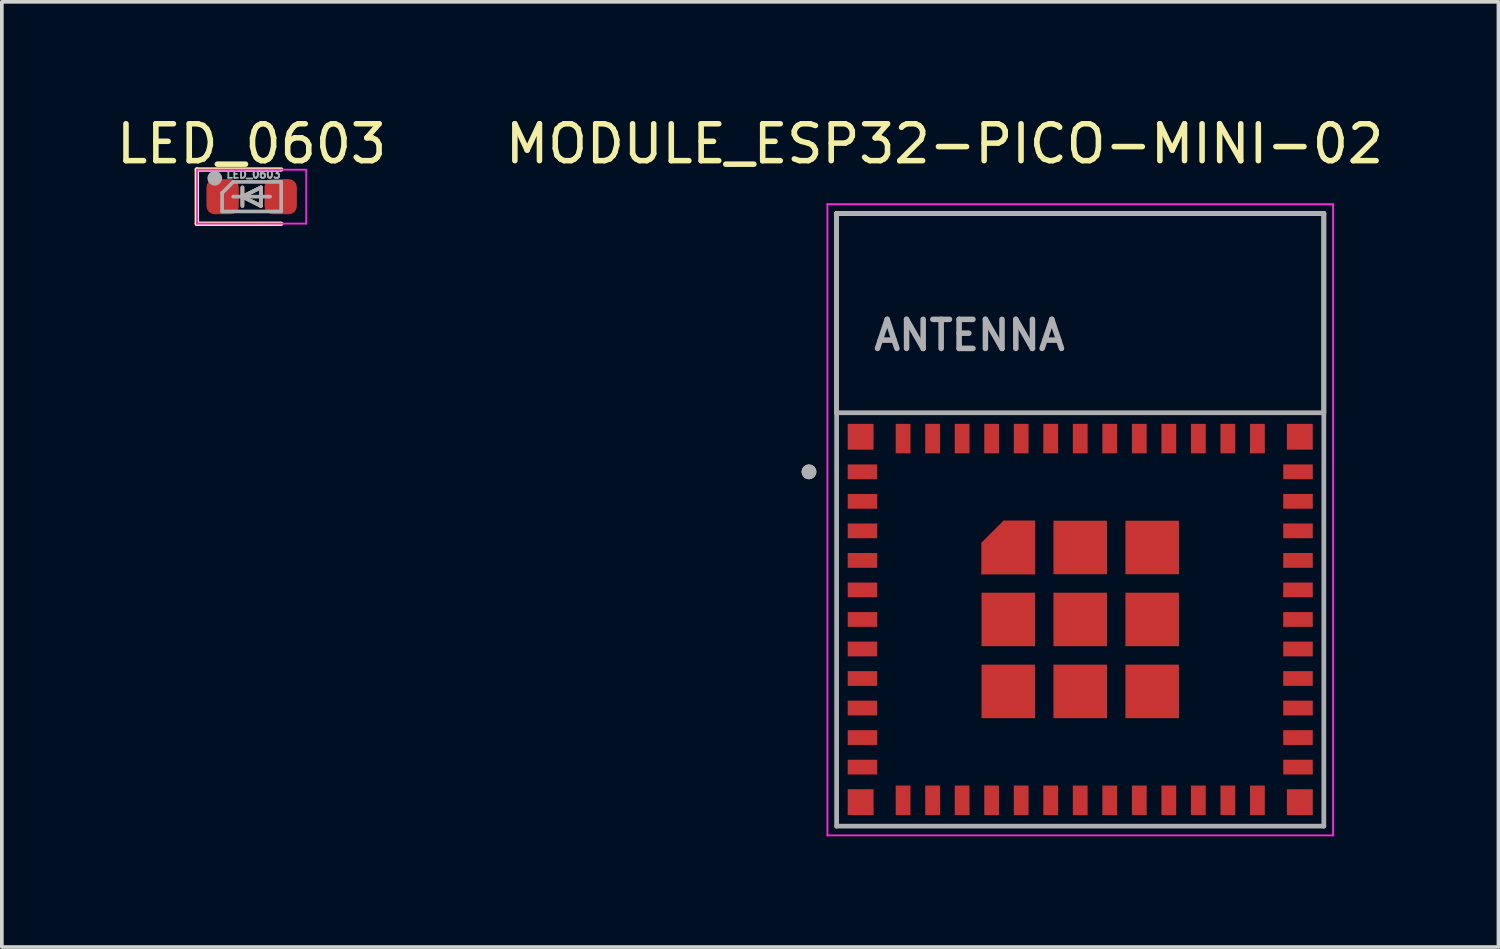
<source format=kicad_pcb>
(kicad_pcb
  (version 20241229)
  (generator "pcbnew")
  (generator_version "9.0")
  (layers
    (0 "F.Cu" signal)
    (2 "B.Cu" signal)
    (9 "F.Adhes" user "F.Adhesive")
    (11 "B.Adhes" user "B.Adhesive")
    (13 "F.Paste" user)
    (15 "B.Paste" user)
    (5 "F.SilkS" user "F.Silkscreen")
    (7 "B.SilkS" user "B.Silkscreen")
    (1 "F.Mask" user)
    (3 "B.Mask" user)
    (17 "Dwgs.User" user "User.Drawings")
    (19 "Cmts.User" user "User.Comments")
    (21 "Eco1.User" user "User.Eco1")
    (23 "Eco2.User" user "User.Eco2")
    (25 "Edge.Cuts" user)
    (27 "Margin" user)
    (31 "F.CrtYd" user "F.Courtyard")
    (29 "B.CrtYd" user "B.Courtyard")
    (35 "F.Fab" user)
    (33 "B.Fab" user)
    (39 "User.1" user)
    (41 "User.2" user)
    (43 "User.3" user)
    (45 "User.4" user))
  (footprint "MODULE_ESP32-PICO-MINI-02"
    (layer "F.Cu")
    (at 26.217 13.733)
    (property "Reference" "MODULE_ESP32-PICO-MINI-02" (at -3.675 -12.885 0) (layer "F.SilkS") (effects (font (size 1 1) (thickness 0.15))))
    (attr through_hole)
    (fp_poly (pts (xy -1.125 -1.125) (xy -1.125 -2.775) (xy -2.175 -2.775) (xy -2.775 -2.175) (xy -2.775 -1.125)) (stroke (width 0.01) (type solid)) (fill yes) (layer "F.Mask"))
    (fp_line (start -6.6 -11) (end 6.6 -11) (stroke (width 0.127) (type solid)) (layer "F.SilkS"))
    (fp_line (start -6.6 -5.6) (end -6.6 -11) (stroke (width 0.127) (type solid)) (layer "F.SilkS"))
    (fp_line (start 6.6 -11) (end 6.6 -5.6) (stroke (width 0.127) (type solid)) (layer "F.SilkS"))
    (fp_circle (center -7.35 -4) (end -7.25 -4) (stroke (width 0.2) (type solid)) (fill no) (layer "F.SilkS"))
    (fp_poly (pts (xy -1.225 -1.225) (xy -1.225 -2.675) (xy -2.075 -2.675) (xy -2.675 -2.075) (xy -2.675 -1.225)) (stroke (width 0.01) (type solid)) (fill yes) (layer "F.Paste"))
    (fp_line (start -6.85 -11.25) (end -6.85 5.85) (stroke (width 0.05) (type solid)) (layer "F.CrtYd"))
    (fp_line (start -6.85 5.85) (end 6.85 5.85) (stroke (width 0.05) (type solid)) (layer "F.CrtYd"))
    (fp_line (start 6.85 -11.25) (end -6.85 -11.25) (stroke (width 0.05) (type solid)) (layer "F.CrtYd"))
    (fp_line (start 6.85 5.85) (end 6.85 -11.25) (stroke (width 0.05) (type solid)) (layer "F.CrtYd"))
    (fp_line (start -6.6 -11) (end 6.6 -11) (stroke (width 0.127) (type solid)) (layer "F.Fab"))
    (fp_line (start -6.6 -5.6) (end -6.6 -11) (stroke (width 0.127) (type solid)) (layer "F.Fab"))
    (fp_line (start -6.6 -5.6) (end 6.6 -5.6) (stroke (width 0.127) (type solid)) (layer "F.Fab"))
    (fp_line (start -6.6 5.6) (end -6.6 -5.6) (stroke (width 0.127) (type solid)) (layer "F.Fab"))
    (fp_line (start 6.6 -11) (end 6.6 -5.6) (stroke (width 0.127) (type solid)) (layer "F.Fab"))
    (fp_line (start 6.6 -5.6) (end 6.6 5.6) (stroke (width 0.127) (type solid)) (layer "F.Fab"))
    (fp_line (start 6.6 5.6) (end -6.6 5.6) (stroke (width 0.127) (type solid)) (layer "F.Fab"))
    (fp_circle (center -7.35 -4) (end -7.25 -4) (stroke (width 0.2) (type solid)) (fill no) (layer "F.Fab"))
    (fp_text user "ANTENNA" (at -3 -7.7 0) (layer "F.Fab") (effects (font (size 0.787 0.787) (thickness 0.15))))
    (pad "1" smd rect (at -5.9 -4) (size 0.8 0.4) (layers "F.Cu" "F.Mask" "F.Paste"))
    (pad "2" smd rect (at -5.9 -3.2) (size 0.8 0.4) (layers "F.Cu" "F.Mask" "F.Paste"))
    (pad "3" smd rect (at -5.9 -2.4) (size 0.8 0.4) (layers "F.Cu" "F.Mask" "F.Paste"))
    (pad "4" smd rect (at -5.9 -1.6) (size 0.8 0.4) (layers "F.Cu" "F.Mask" "F.Paste"))
    (pad "5" smd rect (at -5.9 -0.8) (size 0.8 0.4) (layers "F.Cu" "F.Mask" "F.Paste"))
    (pad "6" smd rect (at -5.9 0) (size 0.8 0.4) (layers "F.Cu" "F.Mask" "F.Paste"))
    (pad "7" smd rect (at -5.9 0.8) (size 0.8 0.4) (layers "F.Cu" "F.Mask" "F.Paste"))
    (pad "8" smd rect (at -5.9 1.6) (size 0.8 0.4) (layers "F.Cu" "F.Mask" "F.Paste"))
    (pad "9" smd rect (at -5.9 2.4) (size 0.8 0.4) (layers "F.Cu" "F.Mask" "F.Paste"))
    (pad "10" smd rect (at -5.9 3.2) (size 0.8 0.4) (layers "F.Cu" "F.Mask" "F.Paste"))
    (pad "11" smd rect (at -5.9 4) (size 0.8 0.4) (layers "F.Cu" "F.Mask" "F.Paste"))
    (pad "12" smd rect (at -4.8 4.9) (size 0.4 0.8) (layers "F.Cu" "F.Mask" "F.Paste"))
    (pad "13" smd rect (at -4 4.9) (size 0.4 0.8) (layers "F.Cu" "F.Mask" "F.Paste"))
    (pad "14" smd rect (at -3.2 4.9) (size 0.4 0.8) (layers "F.Cu" "F.Mask" "F.Paste"))
    (pad "15" smd rect (at -2.4 4.9) (size 0.4 0.8) (layers "F.Cu" "F.Mask" "F.Paste"))
    (pad "16" smd rect (at -1.6 4.9) (size 0.4 0.8) (layers "F.Cu" "F.Mask" "F.Paste"))
    (pad "17" smd rect (at -0.8 4.9) (size 0.4 0.8) (layers "F.Cu" "F.Mask" "F.Paste"))
    (pad "18" smd rect (at 0 4.9) (size 0.4 0.8) (layers "F.Cu" "F.Mask" "F.Paste"))
    (pad "19" smd rect (at 0.8 4.9) (size 0.4 0.8) (layers "F.Cu" "F.Mask" "F.Paste"))
    (pad "20" smd rect (at 1.6 4.9) (size 0.4 0.8) (layers "F.Cu" "F.Mask" "F.Paste"))
    (pad "21" smd rect (at 2.4 4.9) (size 0.4 0.8) (layers "F.Cu" "F.Mask" "F.Paste"))
    (pad "22" smd rect (at 3.2 4.9) (size 0.4 0.8) (layers "F.Cu" "F.Mask" "F.Paste"))
    (pad "23" smd rect (at 4 4.9) (size 0.4 0.8) (layers "F.Cu" "F.Mask" "F.Paste"))
    (pad "24" smd rect (at 4.8 4.9) (size 0.4 0.8) (layers "F.Cu" "F.Mask" "F.Paste"))
    (pad "25" smd rect (at 5.9 4) (size 0.8 0.4) (layers "F.Cu" "F.Mask" "F.Paste"))
    (pad "26" smd rect (at 5.9 3.2) (size 0.8 0.4) (layers "F.Cu" "F.Mask" "F.Paste"))
    (pad "27" smd rect (at 5.9 2.4) (size 0.8 0.4) (layers "F.Cu" "F.Mask" "F.Paste"))
    (pad "28" smd rect (at 5.9 1.6) (size 0.8 0.4) (layers "F.Cu" "F.Mask" "F.Paste"))
    (pad "29" smd rect (at 5.9 0.8) (size 0.8 0.4) (layers "F.Cu" "F.Mask" "F.Paste"))
    (pad "30" smd rect (at 5.9 0) (size 0.8 0.4) (layers "F.Cu" "F.Mask" "F.Paste"))
    (pad "31" smd rect (at 5.9 -0.8) (size 0.8 0.4) (layers "F.Cu" "F.Mask" "F.Paste"))
    (pad "32" smd rect (at 5.9 -1.6) (size 0.8 0.4) (layers "F.Cu" "F.Mask" "F.Paste"))
    (pad "33" smd rect (at 5.9 -2.4) (size 0.8 0.4) (layers "F.Cu" "F.Mask" "F.Paste"))
    (pad "34" smd rect (at 5.9 -3.2) (size 0.8 0.4) (layers "F.Cu" "F.Mask" "F.Paste"))
    (pad "35" smd rect (at 5.9 -4) (size 0.8 0.4) (layers "F.Cu" "F.Mask" "F.Paste"))
    (pad "36" smd rect (at 4.8 -4.9) (size 0.4 0.8) (layers "F.Cu" "F.Mask" "F.Paste"))
    (pad "37" smd rect (at 4 -4.9) (size 0.4 0.8) (layers "F.Cu" "F.Mask" "F.Paste"))
    (pad "38" smd rect (at 3.2 -4.9) (size 0.4 0.8) (layers "F.Cu" "F.Mask" "F.Paste"))
    (pad "39" smd rect (at 2.4 -4.9) (size 0.4 0.8) (layers "F.Cu" "F.Mask" "F.Paste"))
    (pad "40" smd rect (at 1.6 -4.9) (size 0.4 0.8) (layers "F.Cu" "F.Mask" "F.Paste"))
    (pad "41" smd rect (at 0.8 -4.9) (size 0.4 0.8) (layers "F.Cu" "F.Mask" "F.Paste"))
    (pad "42" smd rect (at 0 -4.9) (size 0.4 0.8) (layers "F.Cu" "F.Mask" "F.Paste"))
    (pad "43" smd rect (at -0.8 -4.9) (size 0.4 0.8) (layers "F.Cu" "F.Mask" "F.Paste"))
    (pad "44" smd rect (at -1.6 -4.9) (size 0.4 0.8) (layers "F.Cu" "F.Mask" "F.Paste"))
    (pad "45" smd rect (at -2.4 -4.9) (size 0.4 0.8) (layers "F.Cu" "F.Mask" "F.Paste"))
    (pad "46" smd rect (at -3.2 -4.9) (size 0.4 0.8) (layers "F.Cu" "F.Mask" "F.Paste"))
    (pad "47" smd rect (at -4 -4.9) (size 0.4 0.8) (layers "F.Cu" "F.Mask" "F.Paste"))
    (pad "48" smd rect (at -4.8 -4.9) (size 0.4 0.8) (layers "F.Cu" "F.Mask" "F.Paste"))
    (pad "49" smd custom (at -1.95 -1.95) (size 0.5 0.5) (layers "F.Cu") (options (anchor rect)) (primitives (gr_poly (pts (xy 0.725 0.725) (xy 0.725 -0.725) (xy -0.125 -0.725) (xy -0.725 -0.125) (xy -0.725 0.725)) (width 0.01) (fill yes))))
    (pad "49" smd rect (at -1.95 0) (size 1.45 1.45) (layers "F.Cu" "F.Mask" "F.Paste"))
    (pad "49" smd rect (at -1.95 1.95) (size 1.45 1.45) (layers "F.Cu" "F.Mask" "F.Paste"))
    (pad "49" smd rect (at 0 -1.95) (size 1.45 1.45) (layers "F.Cu" "F.Mask" "F.Paste"))
    (pad "49" smd rect (at 0 0) (size 1.45 1.45) (layers "F.Cu" "F.Mask" "F.Paste"))
    (pad "49" smd rect (at 0 1.95) (size 1.45 1.45) (layers "F.Cu" "F.Mask" "F.Paste"))
    (pad "49" smd rect (at 1.95 -1.95) (size 1.45 1.45) (layers "F.Cu" "F.Mask" "F.Paste"))
    (pad "49" smd rect (at 1.95 0) (size 1.45 1.45) (layers "F.Cu" "F.Mask" "F.Paste"))
    (pad "49" smd rect (at 1.95 1.95) (size 1.45 1.45) (layers "F.Cu" "F.Mask" "F.Paste"))
    (pad "50" smd rect (at 5.95 -4.95) (size 0.7 0.7) (layers "F.Cu" "F.Mask" "F.Paste"))
    (pad "51" smd rect (at 5.95 4.95) (size 0.7 0.7) (layers "F.Cu" "F.Mask" "F.Paste"))
    (pad "52" smd rect (at -5.95 4.95) (size 0.7 0.7) (layers "F.Cu" "F.Mask" "F.Paste"))
    (pad "53" smd rect (at -5.95 -4.95) (size 0.7 0.7) (layers "F.Cu" "F.Mask" "F.Paste"))
    (zone (net_name "") (layer "F.Cu") (hatch full 0.508) (connect_pads) (min_thickness 0.01) (filled_areas_thickness no) (keepout (tracks not_allowed) (vias not_allowed) (pads not_allowed) (copperpour not_allowed) (footprints allowed)) (placement (enabled no)) (fill) (polygon (pts (xy 19.617 2.733) (xy 32.817 2.733) (xy 32.817 8.133) (xy 19.617 8.133))))
    (zone (net_name "") (layers "F.Cu" "B.Cu") (hatch full 0.508) (connect_pads) (min_thickness 0.01) (filled_areas_thickness no) (keepout (tracks allowed) (vias not_allowed) (pads allowed) (copperpour allowed) (footprints allowed)) (placement (enabled no)) (fill) (polygon (pts (xy 19.617 2.733) (xy 32.817 2.733) (xy 32.817 8.133) (xy 19.617 8.133))))
    (zone (net_name "") (layer "B.Cu") (hatch full 0.508) (connect_pads) (min_thickness 0.01) (filled_areas_thickness no) (keepout (tracks not_allowed) (vias not_allowed) (pads not_allowed) (copperpour not_allowed) (footprints allowed)) (placement (enabled no)) (fill) (polygon (pts (xy 19.617 2.733) (xy 32.817 2.733) (xy 32.817 8.133) (xy 19.617 8.133)))))
  (footprint "LED_0603"
    (layer "F.Cu")
    (at 3.768 2.278)
    (property "Reference" "LED_0603" (at 0 -1.43 0) (layer "F.SilkS") (effects (font (size 1 1) (thickness 0.15))))
    (attr smd)
    (fp_line (start -1.485 -0.735) (end -1.485 0.735) (stroke (width 0.12) (type solid)) (layer "F.SilkS"))
    (fp_line (start -1.485 0.735) (end 0.8 0.735) (stroke (width 0.12) (type solid)) (layer "F.SilkS"))
    (fp_line (start -0.25 -0.25) (end -0.25 0.25) (stroke (width 0.1) (type solid)) (layer "F.SilkS"))
    (fp_line (start -0.25 0) (end 0.25 -0.25) (stroke (width 0.1) (type solid)) (layer "F.SilkS"))
    (fp_line (start 0.25 0.25) (end -0.25 0) (stroke (width 0.1) (type solid)) (layer "F.SilkS"))
    (fp_line (start 0.25 0.25) (end 0.25 -0.25) (stroke (width 0.1) (type solid)) (layer "F.SilkS"))
    (fp_line (start 0.8 -0.735) (end -1.485 -0.735) (stroke (width 0.12) (type solid)) (layer "F.SilkS"))
    (fp_line (start -1.48 -0.73) (end 1.48 -0.73) (stroke (width 0.05) (type solid)) (layer "F.CrtYd"))
    (fp_line (start -1.48 0.73) (end -1.48 -0.73) (stroke (width 0.05) (type solid)) (layer "F.CrtYd"))
    (fp_line (start 1.48 -0.73) (end 1.48 0.73) (stroke (width 0.05) (type solid)) (layer "F.CrtYd"))
    (fp_line (start 1.48 0.73) (end -1.48 0.73) (stroke (width 0.05) (type solid)) (layer "F.CrtYd"))
    (fp_line (start -0.8 -0.1) (end -0.8 0.4) (stroke (width 0.1) (type solid)) (layer "F.Fab"))
    (fp_line (start -0.8 0.4) (end 0.8 0.4) (stroke (width 0.1) (type solid)) (layer "F.Fab"))
    (fp_line (start -0.5 -0.4) (end -0.8 -0.1) (stroke (width 0.1) (type solid)) (layer "F.Fab"))
    (fp_line (start -0.5 0) (end 0.5 0) (stroke (width 0.1) (type solid)) (layer "F.Fab"))
    (fp_line (start -0.25 -0.25) (end -0.25 0.25) (stroke (width 0.1) (type solid)) (layer "F.Fab"))
    (fp_line (start -0.25 0) (end 0.25 -0.25) (stroke (width 0.1) (type solid)) (layer "F.Fab"))
    (fp_line (start 0.25 -0.25) (end 0.25 0.25) (stroke (width 0.1) (type solid)) (layer "F.Fab"))
    (fp_line (start 0.25 0.25) (end -0.25 0) (stroke (width 0.1) (type solid)) (layer "F.Fab"))
    (fp_line (start 0.25 0.25) (end 0.25 -0.25) (stroke (width 0.1) (type solid)) (layer "F.Fab"))
    (fp_line (start 0.8 -0.4) (end -0.5 -0.4) (stroke (width 0.1) (type solid)) (layer "F.Fab"))
    (fp_line (start 0.8 0.4) (end 0.8 -0.4) (stroke (width 0.1) (type solid)) (layer "F.Fab"))
    (fp_circle (center -1 -0.5) (end -1 -0.5) (stroke (width 0.2) (type solid)) (fill no) (layer "F.Fab"))
    (fp_text user "${REFERENCE}" (at 0.05 -0.6 0) (layer "F.Fab") (effects (font (size 0.2 0.2) (thickness 0.05))))
    (pad "1" smd roundrect (at -0.787 0) (size 0.875 0.95) (layers "F.Cu" "F.Mask" "F.Paste") (roundrect_rratio 0.25))
    (pad "2" smd roundrect (at 0.787 0) (size 0.875 0.95) (layers "F.Cu" "F.Mask" "F.Paste") (roundrect_rratio 0.25)))
  (gr_rect
    (start -3 -3)
    (end 37.548 22.608)
    (stroke (width 0.1) (type default))
    (fill no)
    (layer "Edge.Cuts")))
</source>
